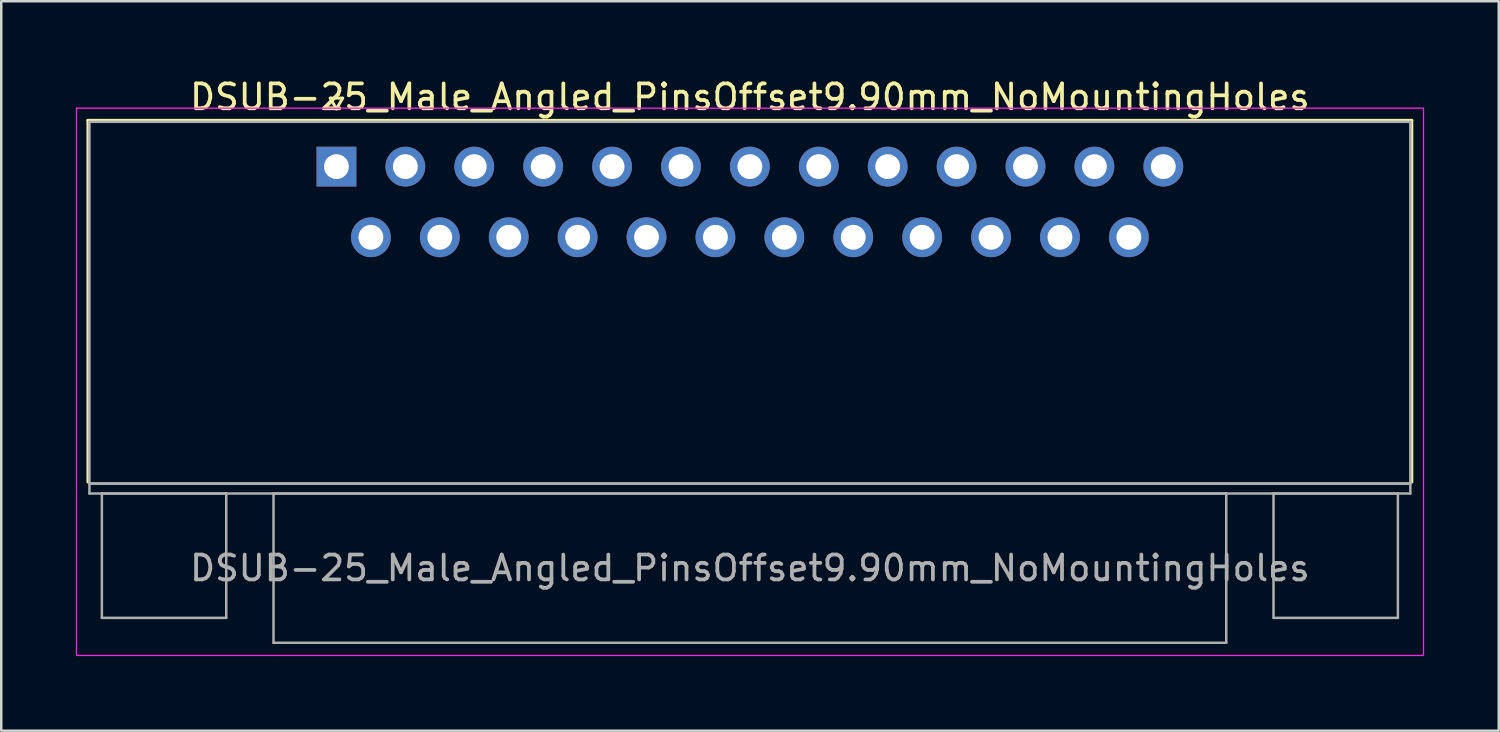
<source format=kicad_pcb>
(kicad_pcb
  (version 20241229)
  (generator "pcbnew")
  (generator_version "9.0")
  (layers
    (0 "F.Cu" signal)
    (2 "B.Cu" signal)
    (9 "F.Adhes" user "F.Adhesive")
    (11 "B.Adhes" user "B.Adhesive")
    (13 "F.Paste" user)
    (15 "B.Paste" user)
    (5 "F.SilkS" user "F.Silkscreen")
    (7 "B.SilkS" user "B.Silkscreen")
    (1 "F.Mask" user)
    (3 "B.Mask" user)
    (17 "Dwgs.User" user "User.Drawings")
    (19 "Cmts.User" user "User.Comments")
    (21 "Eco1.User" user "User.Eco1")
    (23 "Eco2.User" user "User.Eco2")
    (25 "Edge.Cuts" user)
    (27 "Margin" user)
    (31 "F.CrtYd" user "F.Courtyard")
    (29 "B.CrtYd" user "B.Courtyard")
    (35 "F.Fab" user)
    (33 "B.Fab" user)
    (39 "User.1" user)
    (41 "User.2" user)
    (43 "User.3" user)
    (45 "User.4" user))
  (footprint "DSUB-25_Male_Angled_PinsOffset9.90mm_NoMountingHoles"
    (layer "F.Cu")
    (at 10.475 3.648)
    (property "Reference" "DSUB-25_Male_Angled_PinsOffset9.90mm_NoMountingHoles" (at 16.62 -2.8 0) (layer "F.SilkS") (effects (font (size 1 1) (thickness 0.15))))
    (attr through_hole)
    (fp_line (start -9.99 -1.86) (end 43.23 -1.86) (stroke (width 0.12) (type solid)) (layer "F.SilkS"))
    (fp_line (start -9.99 12.68) (end -9.99 -1.86) (stroke (width 0.12) (type solid)) (layer "F.SilkS"))
    (fp_line (start -0.25 -2.754) (end 0.25 -2.754) (stroke (width 0.12) (type solid)) (layer "F.SilkS"))
    (fp_line (start 0 -2.321) (end -0.25 -2.754) (stroke (width 0.12) (type solid)) (layer "F.SilkS"))
    (fp_line (start 0.25 -2.754) (end 0 -2.321) (stroke (width 0.12) (type solid)) (layer "F.SilkS"))
    (fp_line (start 43.23 -1.86) (end 43.23 12.68) (stroke (width 0.12) (type solid)) (layer "F.SilkS"))
    (fp_line (start -10.45 -2.35) (end -10.45 19.65) (stroke (width 0.05) (type solid)) (layer "F.CrtYd"))
    (fp_line (start -10.45 19.65) (end 43.7 19.65) (stroke (width 0.05) (type solid)) (layer "F.CrtYd"))
    (fp_line (start 43.7 -2.35) (end -10.45 -2.35) (stroke (width 0.05) (type solid)) (layer "F.CrtYd"))
    (fp_line (start 43.7 19.65) (end 43.7 -2.35) (stroke (width 0.05) (type solid)) (layer "F.CrtYd"))
    (fp_line (start -9.93 -1.8) (end -9.93 12.74) (stroke (width 0.1) (type solid)) (layer "F.Fab"))
    (fp_line (start -9.93 12.74) (end -9.93 13.14) (stroke (width 0.1) (type solid)) (layer "F.Fab"))
    (fp_line (start -9.93 12.74) (end 43.17 12.74) (stroke (width 0.1) (type solid)) (layer "F.Fab"))
    (fp_line (start -9.93 13.14) (end 43.17 13.14) (stroke (width 0.1) (type solid)) (layer "F.Fab"))
    (fp_line (start -9.43 13.14) (end -9.43 18.14) (stroke (width 0.1) (type solid)) (layer "F.Fab"))
    (fp_line (start -9.43 18.14) (end -4.43 18.14) (stroke (width 0.1) (type solid)) (layer "F.Fab"))
    (fp_line (start -4.43 13.14) (end -9.43 13.14) (stroke (width 0.1) (type solid)) (layer "F.Fab"))
    (fp_line (start -4.43 18.14) (end -4.43 13.14) (stroke (width 0.1) (type solid)) (layer "F.Fab"))
    (fp_line (start -2.53 13.14) (end -2.53 19.14) (stroke (width 0.1) (type solid)) (layer "F.Fab"))
    (fp_line (start -2.53 19.14) (end 35.77 19.14) (stroke (width 0.1) (type solid)) (layer "F.Fab"))
    (fp_line (start 35.77 13.14) (end -2.53 13.14) (stroke (width 0.1) (type solid)) (layer "F.Fab"))
    (fp_line (start 35.77 19.14) (end 35.77 13.14) (stroke (width 0.1) (type solid)) (layer "F.Fab"))
    (fp_line (start 37.67 13.14) (end 37.67 18.14) (stroke (width 0.1) (type solid)) (layer "F.Fab"))
    (fp_line (start 37.67 18.14) (end 42.67 18.14) (stroke (width 0.1) (type solid)) (layer "F.Fab"))
    (fp_line (start 42.67 13.14) (end 37.67 13.14) (stroke (width 0.1) (type solid)) (layer "F.Fab"))
    (fp_line (start 42.67 18.14) (end 42.67 13.14) (stroke (width 0.1) (type solid)) (layer "F.Fab"))
    (fp_line (start 43.17 -1.8) (end -9.93 -1.8) (stroke (width 0.1) (type solid)) (layer "F.Fab"))
    (fp_line (start 43.17 12.74) (end -9.93 12.74) (stroke (width 0.1) (type solid)) (layer "F.Fab"))
    (fp_line (start 43.17 12.74) (end 43.17 -1.8) (stroke (width 0.1) (type solid)) (layer "F.Fab"))
    (fp_line (start 43.17 13.14) (end 43.17 12.74) (stroke (width 0.1) (type solid)) (layer "F.Fab"))
    (fp_text user "${REFERENCE}" (at 16.62 16.14 0) (layer "F.Fab") (effects (font (size 1 1) (thickness 0.15))))
    (pad "1" thru_hole rect (at 0 0) (size 1.6 1.6) (drill 1) (layers "*.Cu" "*.Mask"))
    (pad "2" thru_hole circle (at 2.77 0) (size 1.6 1.6) (drill 1) (layers "*.Cu" "*.Mask"))
    (pad "3" thru_hole circle (at 5.54 0) (size 1.6 1.6) (drill 1) (layers "*.Cu" "*.Mask"))
    (pad "4" thru_hole circle (at 8.31 0) (size 1.6 1.6) (drill 1) (layers "*.Cu" "*.Mask"))
    (pad "5" thru_hole circle (at 11.08 0) (size 1.6 1.6) (drill 1) (layers "*.Cu" "*.Mask"))
    (pad "6" thru_hole circle (at 13.85 0) (size 1.6 1.6) (drill 1) (layers "*.Cu" "*.Mask"))
    (pad "7" thru_hole circle (at 16.62 0) (size 1.6 1.6) (drill 1) (layers "*.Cu" "*.Mask"))
    (pad "8" thru_hole circle (at 19.39 0) (size 1.6 1.6) (drill 1) (layers "*.Cu" "*.Mask"))
    (pad "9" thru_hole circle (at 22.16 0) (size 1.6 1.6) (drill 1) (layers "*.Cu" "*.Mask"))
    (pad "10" thru_hole circle (at 24.93 0) (size 1.6 1.6) (drill 1) (layers "*.Cu" "*.Mask"))
    (pad "11" thru_hole circle (at 27.7 0) (size 1.6 1.6) (drill 1) (layers "*.Cu" "*.Mask"))
    (pad "12" thru_hole circle (at 30.47 0) (size 1.6 1.6) (drill 1) (layers "*.Cu" "*.Mask"))
    (pad "13" thru_hole circle (at 33.24 0) (size 1.6 1.6) (drill 1) (layers "*.Cu" "*.Mask"))
    (pad "14" thru_hole circle (at 1.385 2.84) (size 1.6 1.6) (drill 1) (layers "*.Cu" "*.Mask"))
    (pad "15" thru_hole circle (at 4.155 2.84) (size 1.6 1.6) (drill 1) (layers "*.Cu" "*.Mask"))
    (pad "16" thru_hole circle (at 6.925 2.84) (size 1.6 1.6) (drill 1) (layers "*.Cu" "*.Mask"))
    (pad "17" thru_hole circle (at 9.695 2.84) (size 1.6 1.6) (drill 1) (layers "*.Cu" "*.Mask"))
    (pad "18" thru_hole circle (at 12.465 2.84) (size 1.6 1.6) (drill 1) (layers "*.Cu" "*.Mask"))
    (pad "19" thru_hole circle (at 15.235 2.84) (size 1.6 1.6) (drill 1) (layers "*.Cu" "*.Mask"))
    (pad "20" thru_hole circle (at 18.005 2.84) (size 1.6 1.6) (drill 1) (layers "*.Cu" "*.Mask"))
    (pad "21" thru_hole circle (at 20.775 2.84) (size 1.6 1.6) (drill 1) (layers "*.Cu" "*.Mask"))
    (pad "22" thru_hole circle (at 23.545 2.84) (size 1.6 1.6) (drill 1) (layers "*.Cu" "*.Mask"))
    (pad "23" thru_hole circle (at 26.315 2.84) (size 1.6 1.6) (drill 1) (layers "*.Cu" "*.Mask"))
    (pad "24" thru_hole circle (at 29.085 2.84) (size 1.6 1.6) (drill 1) (layers "*.Cu" "*.Mask"))
    (pad "25" thru_hole circle (at 31.855 2.84) (size 1.6 1.6) (drill 1) (layers "*.Cu" "*.Mask")))
  (gr_rect
    (start -3 -3)
    (end 57.2 26.323)
    (stroke (width 0.1) (type default))
    (fill no)
    (layer "Edge.Cuts")))
</source>
